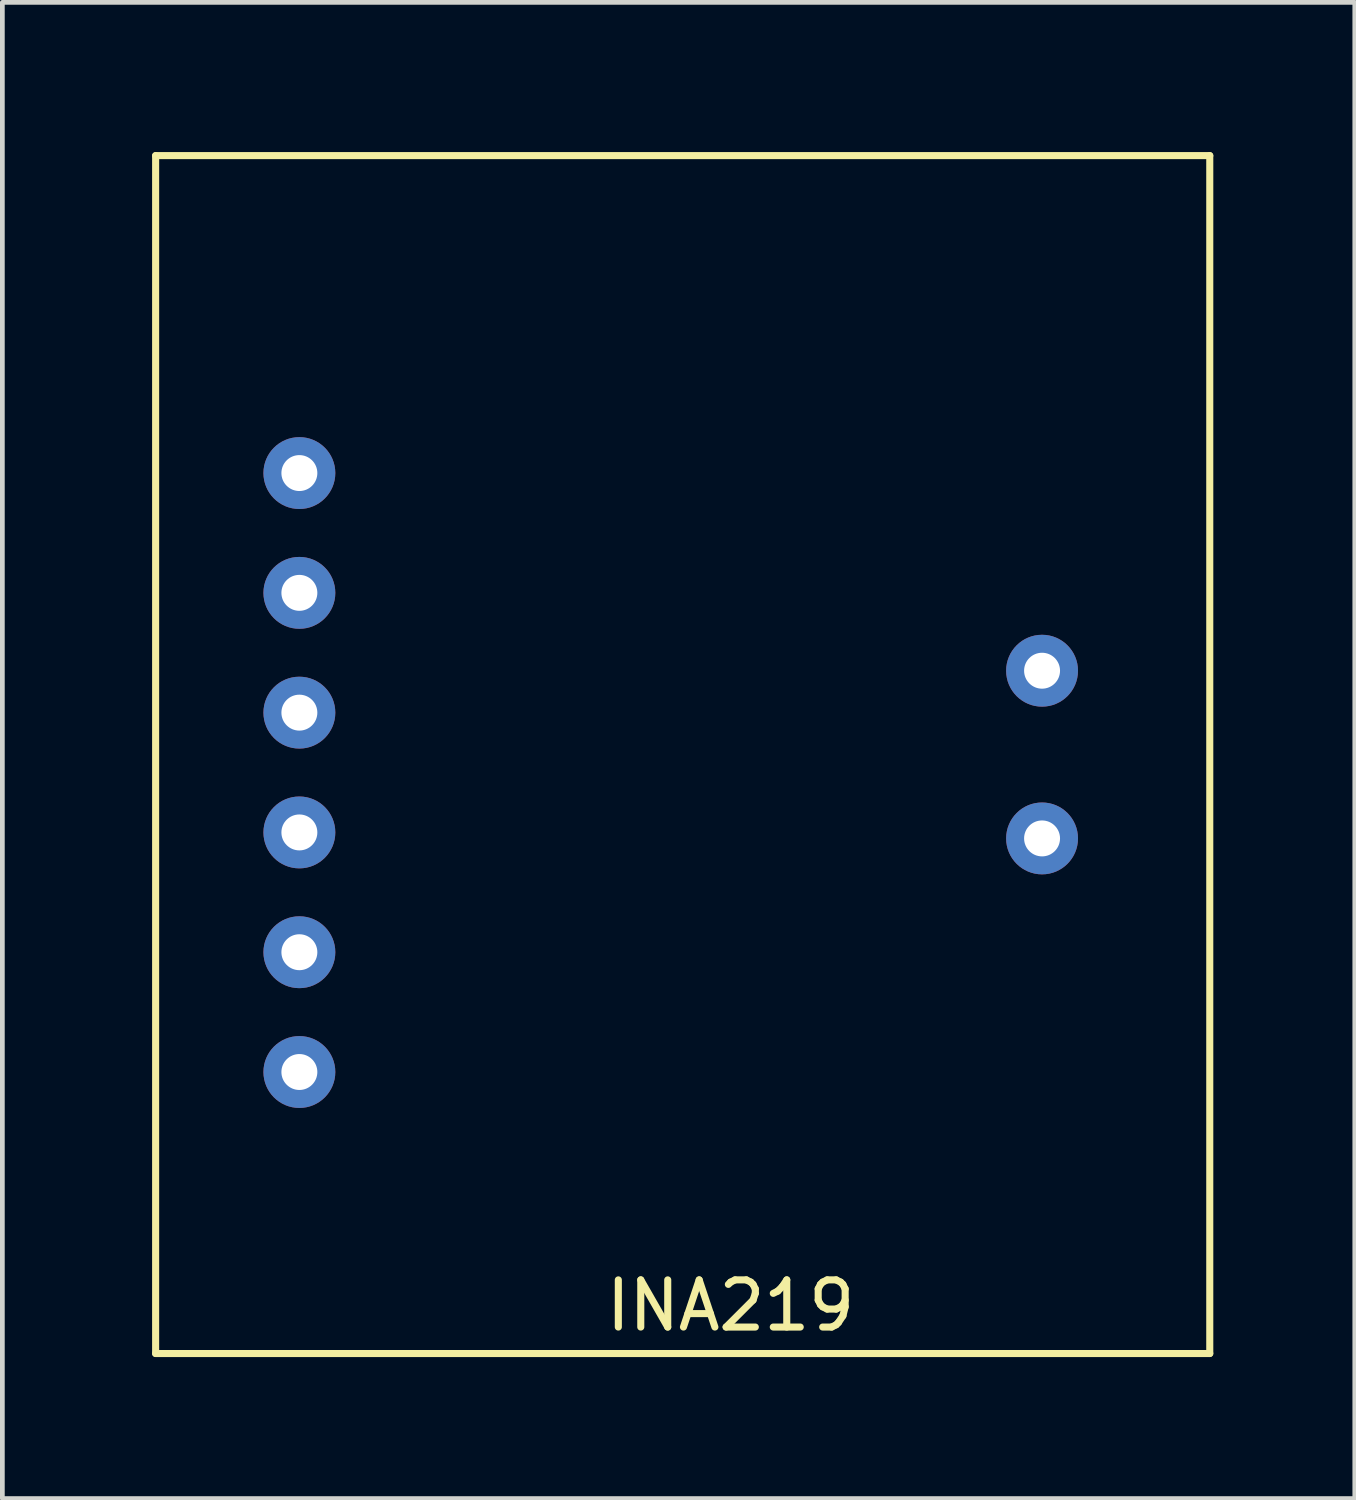
<source format=kicad_pcb>
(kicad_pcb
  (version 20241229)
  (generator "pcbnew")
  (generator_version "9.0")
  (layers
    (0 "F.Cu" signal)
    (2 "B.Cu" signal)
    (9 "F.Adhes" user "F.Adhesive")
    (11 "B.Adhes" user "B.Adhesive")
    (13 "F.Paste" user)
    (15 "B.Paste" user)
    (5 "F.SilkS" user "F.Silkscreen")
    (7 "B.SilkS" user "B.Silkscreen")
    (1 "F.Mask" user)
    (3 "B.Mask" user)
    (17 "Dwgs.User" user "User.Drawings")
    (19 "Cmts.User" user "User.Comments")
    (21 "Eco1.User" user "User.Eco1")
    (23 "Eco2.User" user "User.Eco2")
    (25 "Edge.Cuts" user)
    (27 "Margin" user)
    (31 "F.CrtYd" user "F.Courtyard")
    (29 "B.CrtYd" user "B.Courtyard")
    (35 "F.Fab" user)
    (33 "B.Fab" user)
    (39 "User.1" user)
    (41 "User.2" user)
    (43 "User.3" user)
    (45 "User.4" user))
  (footprint "INA219"
    (layer "F.Cu")
    (at 0.25 0.25)
    (property "Reference" "INA219" (at 12.192 24.384 0) (layer "F.SilkS") (effects (font (size 1 1) (thickness 0.15))))
    (attr through_hole)
    (fp_line (start 0 0) (end 0 25.4) (stroke (width 0.15) (type solid)) (layer "F.SilkS"))
    (fp_line (start 0 0) (end 22.352 0) (stroke (width 0.15) (type solid)) (layer "F.SilkS"))
    (fp_line (start 22.352 0) (end 22.352 25.4) (stroke (width 0.15) (type solid)) (layer "F.SilkS"))
    (fp_line (start 22.352 25.4) (end 0 25.4) (stroke (width 0.15) (type solid)) (layer "F.SilkS"))
    (pad "1" thru_hole circle (at 3.048 6.731) (size 1.524 1.524) (drill 0.762) (layers "*.Cu" "*.Mask"))
    (pad "2" thru_hole circle (at 3.048 9.271) (size 1.524 1.524) (drill 0.762) (layers "*.Cu" "*.Mask"))
    (pad "3" thru_hole circle (at 3.048 11.811) (size 1.524 1.524) (drill 0.762) (layers "*.Cu" "*.Mask"))
    (pad "4" thru_hole circle (at 3.048 14.351) (size 1.524 1.524) (drill 0.762) (layers "*.Cu" "*.Mask"))
    (pad "5" thru_hole circle (at 3.048 16.891) (size 1.524 1.524) (drill 0.762) (layers "*.Cu" "*.Mask"))
    (pad "6" thru_hole circle (at 3.048 19.431) (size 1.524 1.524) (drill 0.762) (layers "*.Cu" "*.Mask"))
    (pad "7" thru_hole circle (at 18.796 10.922) (size 1.524 1.524) (drill 0.762) (layers "*.Cu" "*.Mask"))
    (pad "8" thru_hole circle (at 18.796 14.478) (size 1.524 1.524) (drill 0.762) (layers "*.Cu" "*.Mask")))
  (gr_rect
    (start -3 -3)
    (end 25.677 28.725)
    (stroke (width 0.1) (type default))
    (fill no)
    (layer "Edge.Cuts")))
</source>
